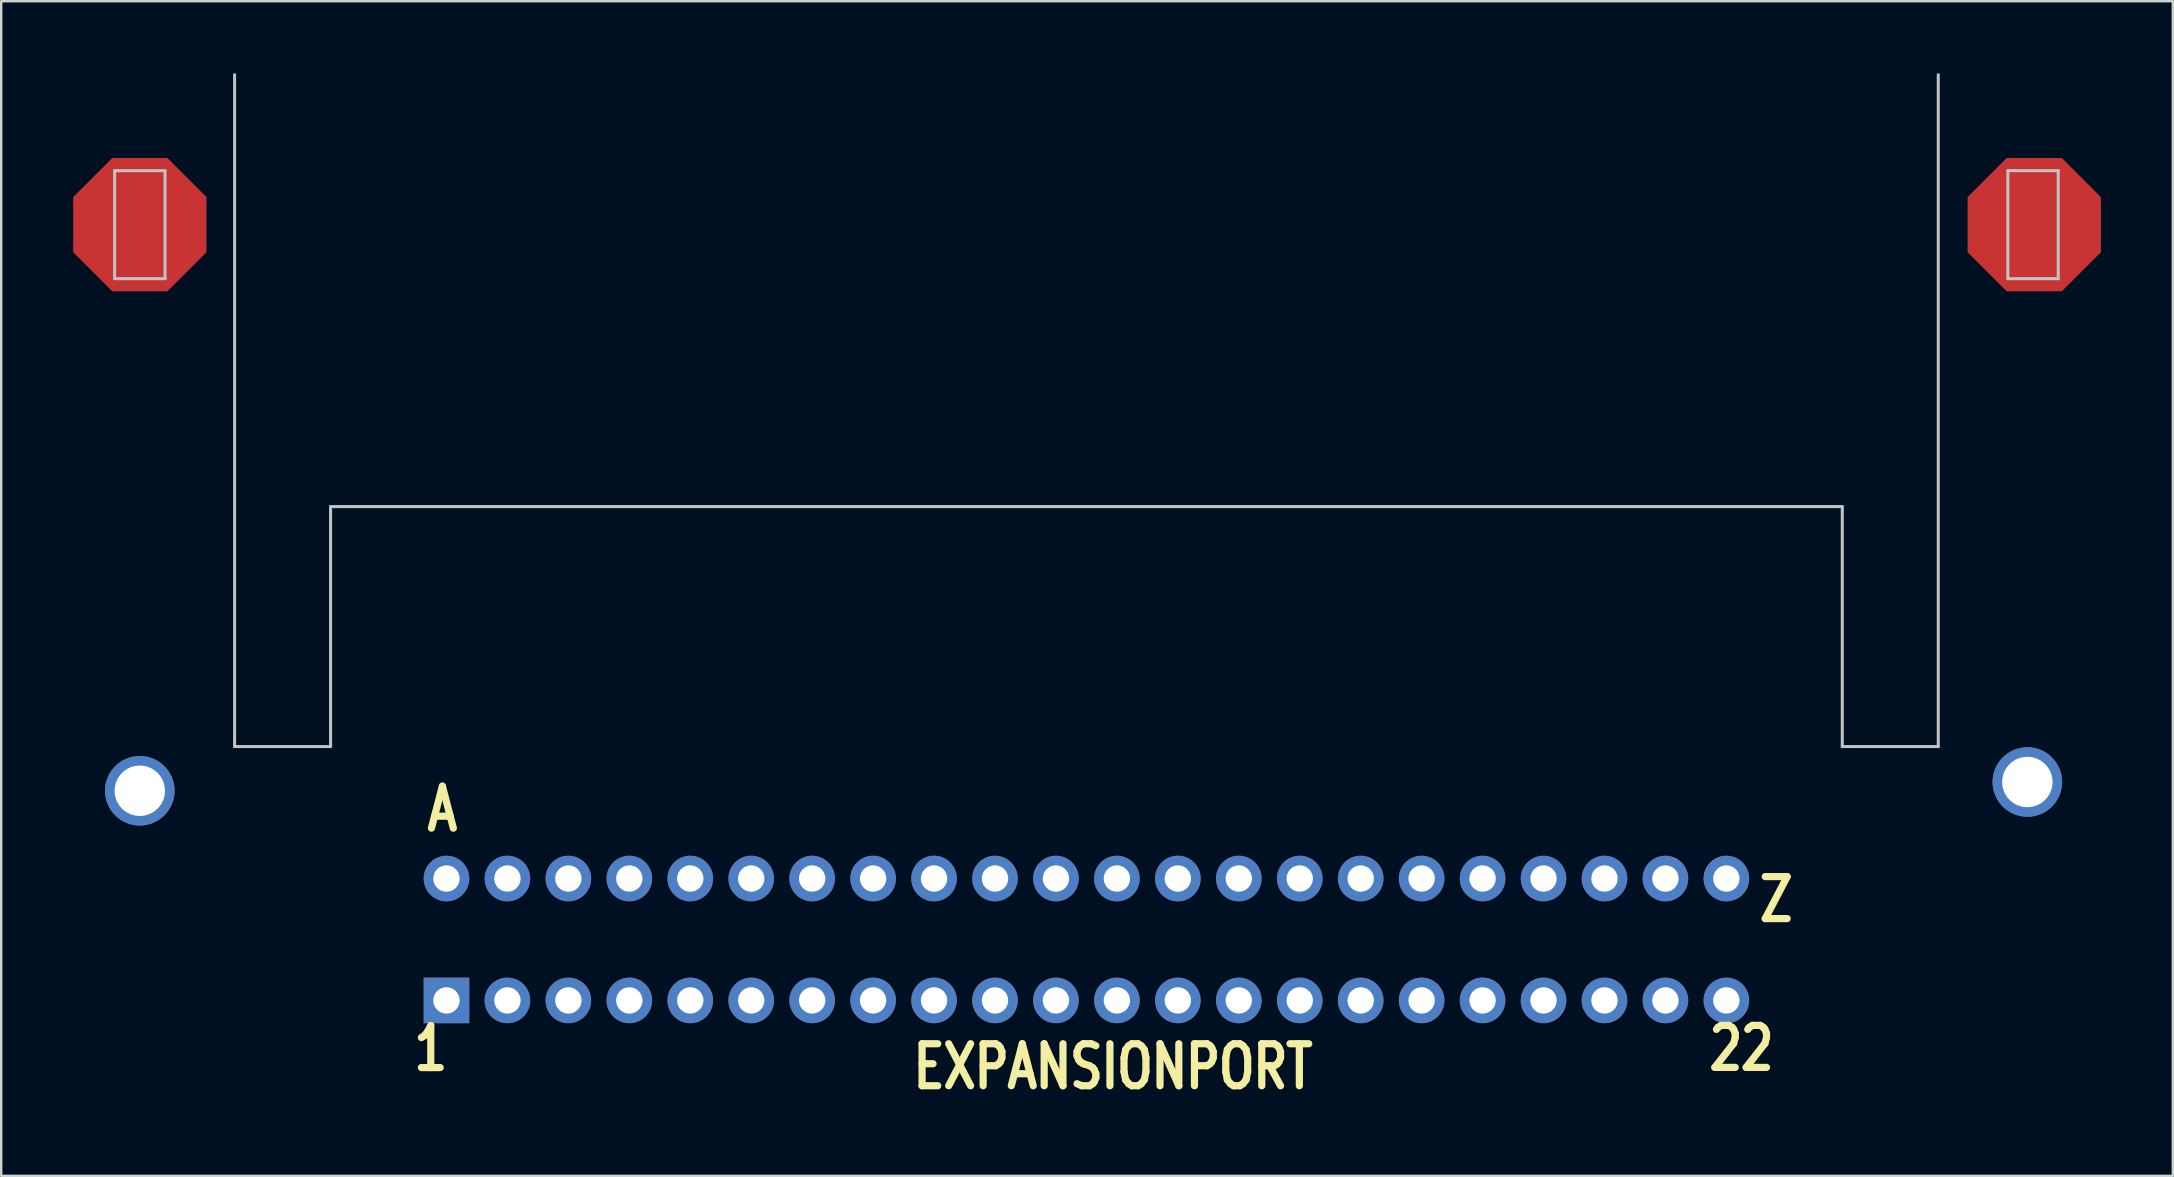
<source format=kicad_pcb>
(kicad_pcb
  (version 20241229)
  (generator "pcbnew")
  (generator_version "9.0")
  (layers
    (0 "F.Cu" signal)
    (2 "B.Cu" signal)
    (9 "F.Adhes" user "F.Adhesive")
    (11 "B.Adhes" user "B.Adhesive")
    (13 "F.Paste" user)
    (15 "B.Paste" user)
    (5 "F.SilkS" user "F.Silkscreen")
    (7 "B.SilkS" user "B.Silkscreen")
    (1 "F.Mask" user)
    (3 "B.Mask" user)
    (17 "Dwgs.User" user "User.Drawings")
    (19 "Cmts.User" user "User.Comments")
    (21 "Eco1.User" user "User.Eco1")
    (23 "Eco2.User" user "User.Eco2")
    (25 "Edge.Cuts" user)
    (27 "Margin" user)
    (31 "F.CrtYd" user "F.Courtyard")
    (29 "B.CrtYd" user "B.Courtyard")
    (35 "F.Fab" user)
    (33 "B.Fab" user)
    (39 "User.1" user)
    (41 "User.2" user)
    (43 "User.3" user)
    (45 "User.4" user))
  (footprint "EXPANSIONPORT"
    (layer "F.Cu")
    (at 42.227 36.103)
    (property "Reference" "EXPANSIONPORT" (at 1.11 5.301 0) (layer "F.SilkS") (effects (font (size 1.75 1.37) (thickness 0.3))))
    (attr through_hole)
    (fp_line (start -40.5 -32.04) (end -40.5 -27.54) (stroke (width 0.127) (type solid)) (layer "Dwgs.User"))
    (fp_line (start -40.5 -27.54) (end -38.4 -27.54) (stroke (width 0.127) (type solid)) (layer "Dwgs.User"))
    (fp_line (start -38.4 -32.04) (end -40.5 -32.04) (stroke (width 0.127) (type solid)) (layer "Dwgs.User"))
    (fp_line (start -38.4 -27.54) (end -38.4 -32.04) (stroke (width 0.127) (type solid)) (layer "Dwgs.User"))
    (fp_line (start -35.5 -36.04) (end -35.5 -8.04) (stroke (width 0.127) (type solid)) (layer "Dwgs.User"))
    (fp_line (start -35.5 -8.04) (end -31.5 -8.04) (stroke (width 0.127) (type solid)) (layer "Dwgs.User"))
    (fp_line (start -31.5 -8.04) (end -31.5 -18.04) (stroke (width 0.127) (type solid)) (layer "Dwgs.User"))
    (fp_line (start 31.5 -18.04) (end -31.5 -18.04) (stroke (width 0.127) (type solid)) (layer "Dwgs.User"))
    (fp_line (start 31.5 -8.04) (end 31.5 -18.04) (stroke (width 0.127) (type solid)) (layer "Dwgs.User"))
    (fp_line (start 31.5 -8.04) (end 35.5 -8.04) (stroke (width 0.127) (type solid)) (layer "Dwgs.User"))
    (fp_line (start 35.5 -36.04) (end 35.5 -8.04) (stroke (width 0.127) (type solid)) (layer "Dwgs.User"))
    (fp_line (start 38.4 -32.04) (end 38.4 -27.54) (stroke (width 0.127) (type solid)) (layer "Dwgs.User"))
    (fp_line (start 38.4 -27.54) (end 40.5 -27.54) (stroke (width 0.127) (type solid)) (layer "Dwgs.User"))
    (fp_line (start 40.5 -32.04) (end 38.4 -32.04) (stroke (width 0.127) (type solid)) (layer "Dwgs.User"))
    (fp_line (start 40.5 -27.54) (end 40.5 -32.04) (stroke (width 0.127) (type solid)) (layer "Dwgs.User"))
    (fp_text user "1" (at -28.174 5.568 0) (layer "F.SilkS") (effects (font (size 1.75 1.37) (thickness 0.3)) (justify left bottom)))
    (fp_text user "Z" (at 27.897 -0.64 0) (layer "F.SilkS") (effects (font (size 1.75 1.37) (thickness 0.3)) (justify left bottom)))
    (fp_text user "A" (at -27.625 -4.409 0) (layer "F.SilkS") (effects (font (size 1.75 1.37) (thickness 0.3)) (justify left bottom)))
    (fp_text user "22" (at 25.797 5.56 0) (layer "F.SilkS") (effects (font (size 1.75 1.37) (thickness 0.3)) (justify left bottom)))
    (pad "1" thru_hole rect (at -26.67 2.54) (size 1.9 1.9) (drill 1.1) (layers "*.Cu" "*.Mask"))
    (pad "2" thru_hole circle (at -24.13 2.54) (size 1.9 1.9) (drill 1.1) (layers "*.Cu" "*.Mask"))
    (pad "3" thru_hole circle (at -21.59 2.54) (size 1.9 1.9) (drill 1.1) (layers "*.Cu" "*.Mask"))
    (pad "4" thru_hole circle (at -19.05 2.54) (size 1.9 1.9) (drill 1.1) (layers "*.Cu" "*.Mask"))
    (pad "5" thru_hole circle (at -16.51 2.54) (size 1.9 1.9) (drill 1.1) (layers "*.Cu" "*.Mask"))
    (pad "6" thru_hole circle (at -13.97 2.54) (size 1.9 1.9) (drill 1.1) (layers "*.Cu" "*.Mask"))
    (pad "7" thru_hole circle (at -11.43 2.54) (size 1.9 1.9) (drill 1.1) (layers "*.Cu" "*.Mask"))
    (pad "8" thru_hole circle (at -8.89 2.54) (size 1.9 1.9) (drill 1.1) (layers "*.Cu" "*.Mask"))
    (pad "9" thru_hole circle (at -6.35 2.54) (size 1.9 1.9) (drill 1.1) (layers "*.Cu" "*.Mask"))
    (pad "10" thru_hole circle (at -3.81 2.54) (size 1.9 1.9) (drill 1.1) (layers "*.Cu" "*.Mask"))
    (pad "11" thru_hole circle (at -1.27 2.54) (size 1.9 1.9) (drill 1.1) (layers "*.Cu" "*.Mask"))
    (pad "12" thru_hole circle (at 1.27 2.54) (size 1.9 1.9) (drill 1.1) (layers "*.Cu" "*.Mask"))
    (pad "13" thru_hole circle (at 3.81 2.54) (size 1.9 1.9) (drill 1.1) (layers "*.Cu" "*.Mask"))
    (pad "14" thru_hole circle (at 6.35 2.54) (size 1.9 1.9) (drill 1.1) (layers "*.Cu" "*.Mask"))
    (pad "15" thru_hole circle (at 8.89 2.54) (size 1.9 1.9) (drill 1.1) (layers "*.Cu" "*.Mask"))
    (pad "16" thru_hole circle (at 11.43 2.54) (size 1.9 1.9) (drill 1.1) (layers "*.Cu" "*.Mask"))
    (pad "17" thru_hole circle (at 13.97 2.54) (size 1.9 1.9) (drill 1.1) (layers "*.Cu" "*.Mask"))
    (pad "18" thru_hole circle (at 16.51 2.54) (size 1.9 1.9) (drill 1.1) (layers "*.Cu" "*.Mask"))
    (pad "19" thru_hole circle (at 19.05 2.54) (size 1.9 1.9) (drill 1.1) (layers "*.Cu" "*.Mask"))
    (pad "20" thru_hole circle (at 21.59 2.54) (size 1.9 1.9) (drill 1.1) (layers "*.Cu" "*.Mask"))
    (pad "21" thru_hole circle (at 24.13 2.54) (size 1.9 1.9) (drill 1.1) (layers "*.Cu" "*.Mask"))
    (pad "22" thru_hole circle (at 26.67 2.54) (size 1.9 1.9) (drill 1.1) (layers "*.Cu" "*.Mask"))
    (pad "A" thru_hole circle (at -26.67 -2.54) (size 1.9 1.9) (drill 1.1) (layers "*.Cu" "*.Mask"))
    (pad "B" thru_hole circle (at -24.13 -2.54) (size 1.9 1.9) (drill 1.1) (layers "*.Cu" "*.Mask"))
    (pad "C" thru_hole circle (at -21.59 -2.54) (size 1.9 1.9) (drill 1.1) (layers "*.Cu" "*.Mask"))
    (pad "D" thru_hole circle (at -19.05 -2.54) (size 1.9 1.9) (drill 1.1) (layers "*.Cu" "*.Mask"))
    (pad "E" thru_hole circle (at -16.51 -2.54) (size 1.9 1.9) (drill 1.1) (layers "*.Cu" "*.Mask"))
    (pad "F" thru_hole circle (at -13.97 -2.54) (size 1.9 1.9) (drill 1.1) (layers "*.Cu" "*.Mask"))
    (pad "H" thru_hole circle (at -11.43 -2.54) (size 1.9 1.9) (drill 1.1) (layers "*.Cu" "*.Mask"))
    (pad "J" thru_hole circle (at -8.89 -2.54) (size 1.9 1.9) (drill 1.1) (layers "*.Cu" "*.Mask"))
    (pad "K" thru_hole circle (at -6.35 -2.54) (size 1.9 1.9) (drill 1.1) (layers "*.Cu" "*.Mask"))
    (pad "L" thru_hole circle (at -3.81 -2.54) (size 1.9 1.9) (drill 1.1) (layers "*.Cu" "*.Mask"))
    (pad "M" thru_hole circle (at -1.27 -2.54) (size 1.9 1.9) (drill 1.1) (layers "*.Cu" "*.Mask"))
    (pad "N" thru_hole circle (at 1.27 -2.54) (size 1.9 1.9) (drill 1.1) (layers "*.Cu" "*.Mask"))
    (pad "P" thru_hole circle (at 3.81 -2.54) (size 1.9 1.9) (drill 1.1) (layers "*.Cu" "*.Mask"))
    (pad "P$1" thru_hole circle (at -39.451 -6.198) (size 2.9 2.9) (drill 2.1) (layers "*.Cu" "*.Mask"))
    (pad "P$2" thru_hole circle (at 39.213 -6.563) (size 2.9 2.9) (drill 2.1) (layers "*.Cu" "*.Mask"))
    (pad "P$3" smd rect (at -39.45 -29.79 135) (size 5.553 2.3) (layers "F.Cu" "F.Mask"))
    (pad "P$3" smd rect (at -39.45 -29.79) (size 5.553 2.3) (layers "F.Cu" "F.Mask"))
    (pad "P$3" smd rect (at -39.45 -29.79 45) (size 5.553 2.3) (layers "F.Cu" "F.Mask"))
    (pad "P$3" smd rect (at -39.45 -29.79 90) (size 5.553 2.3) (layers "F.Cu" "F.Mask"))
    (pad "P$4" smd rect (at 39.5 -29.79 90) (size 5.553 2.3) (layers "F.Cu" "F.Mask"))
    (pad "P$4" smd rect (at 39.5 -29.79 45) (size 5.553 2.3) (layers "F.Cu" "F.Mask"))
    (pad "P$4" smd rect (at 39.5 -29.79) (size 5.553 2.3) (layers "F.Cu" "F.Mask"))
    (pad "P$4" smd rect (at 39.5 -29.79 135) (size 5.553 2.3) (layers "F.Cu" "F.Mask"))
    (pad "R" thru_hole circle (at 6.35 -2.54) (size 1.9 1.9) (drill 1.1) (layers "*.Cu" "*.Mask"))
    (pad "S" thru_hole circle (at 8.89 -2.54) (size 1.9 1.9) (drill 1.1) (layers "*.Cu" "*.Mask"))
    (pad "T" thru_hole circle (at 11.43 -2.54) (size 1.9 1.9) (drill 1.1) (layers "*.Cu" "*.Mask"))
    (pad "U" thru_hole circle (at 13.97 -2.54) (size 1.9 1.9) (drill 1.1) (layers "*.Cu" "*.Mask"))
    (pad "V" thru_hole circle (at 16.51 -2.54) (size 1.9 1.9) (drill 1.1) (layers "*.Cu" "*.Mask"))
    (pad "W" thru_hole circle (at 19.05 -2.54) (size 1.9 1.9) (drill 1.1) (layers "*.Cu" "*.Mask"))
    (pad "X" thru_hole circle (at 21.59 -2.54) (size 1.9 1.9) (drill 1.1) (layers "*.Cu" "*.Mask"))
    (pad "Y" thru_hole circle (at 24.13 -2.54) (size 1.9 1.9) (drill 1.1) (layers "*.Cu" "*.Mask"))
    (pad "Z" thru_hole circle (at 26.67 -2.54) (size 1.9 1.9) (drill 1.1) (layers "*.Cu" "*.Mask")))
  (gr_rect
    (start -3 -3)
    (end 87.503 45.955)
    (stroke (width 0.1) (type default))
    (fill no)
    (layer "Edge.Cuts")))
</source>
